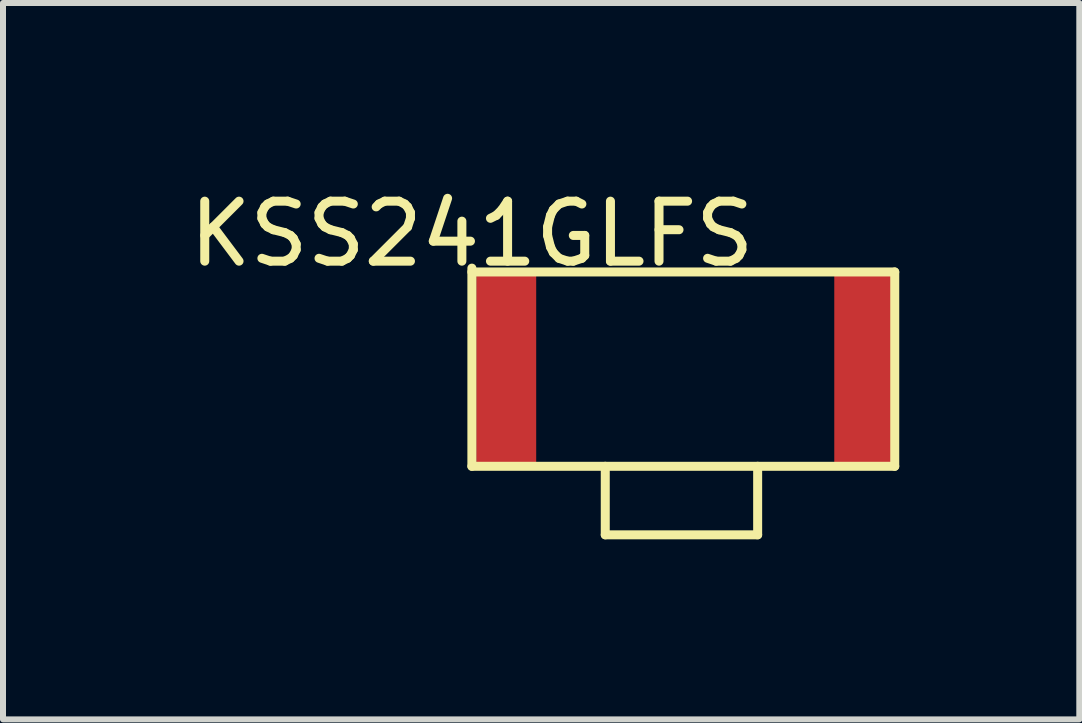
<source format=kicad_pcb>
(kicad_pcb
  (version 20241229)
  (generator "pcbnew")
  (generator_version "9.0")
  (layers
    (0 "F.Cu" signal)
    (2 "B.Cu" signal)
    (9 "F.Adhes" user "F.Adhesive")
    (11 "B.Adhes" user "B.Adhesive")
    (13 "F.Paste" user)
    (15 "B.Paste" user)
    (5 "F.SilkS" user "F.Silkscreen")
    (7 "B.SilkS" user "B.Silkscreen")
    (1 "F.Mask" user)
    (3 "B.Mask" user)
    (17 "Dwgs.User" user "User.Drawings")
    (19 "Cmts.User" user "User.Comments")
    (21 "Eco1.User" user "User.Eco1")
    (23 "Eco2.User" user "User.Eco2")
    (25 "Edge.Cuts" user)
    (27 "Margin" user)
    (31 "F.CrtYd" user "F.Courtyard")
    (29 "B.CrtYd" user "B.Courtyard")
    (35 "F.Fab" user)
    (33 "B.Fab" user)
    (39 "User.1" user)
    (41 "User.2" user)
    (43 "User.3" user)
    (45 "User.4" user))
  (footprint "KSS241GLFS"
    (layer "F.Cu")
    (at 4.815 1.483)
    (property "Reference" "KSS241GLFS" (at 0 -0.635 0) (layer "F.SilkS") (effects (font (size 1 1) (thickness 0.15))))
    (attr through_hole)
    (fp_line (start 0 -0.064) (end 0 3.239) (stroke (width 0.15) (type solid)) (layer "F.SilkS"))
    (fp_line (start 0 3.239) (end 7.048 3.239) (stroke (width 0.15) (type solid)) (layer "F.SilkS"))
    (fp_line (start 2.223 4.381) (end 2.223 3.239) (stroke (width 0.15) (type solid)) (layer "F.SilkS"))
    (fp_line (start 4.763 3.239) (end 4.763 4.381) (stroke (width 0.15) (type solid)) (layer "F.SilkS"))
    (fp_line (start 4.763 4.381) (end 2.223 4.381) (stroke (width 0.15) (type solid)) (layer "F.SilkS"))
    (fp_line (start 7.048 0) (end 0 0) (stroke (width 0.15) (type solid)) (layer "F.SilkS"))
    (fp_line (start 7.048 3.239) (end 7.048 0) (stroke (width 0.15) (type solid)) (layer "F.SilkS"))
    (pad "1" smd rect (at 0.572 1.651) (size 1 3.3) (layers "F.Cu" "F.Mask" "F.Paste"))
    (pad "2" smd rect (at 6.54 1.651) (size 1 3.3) (layers "F.Cu" "F.Mask" "F.Paste")))
  (gr_rect
    (start -3 -3)
    (end 14.939 8.94)
    (stroke (width 0.1) (type default))
    (fill no)
    (layer "Edge.Cuts")))
</source>
